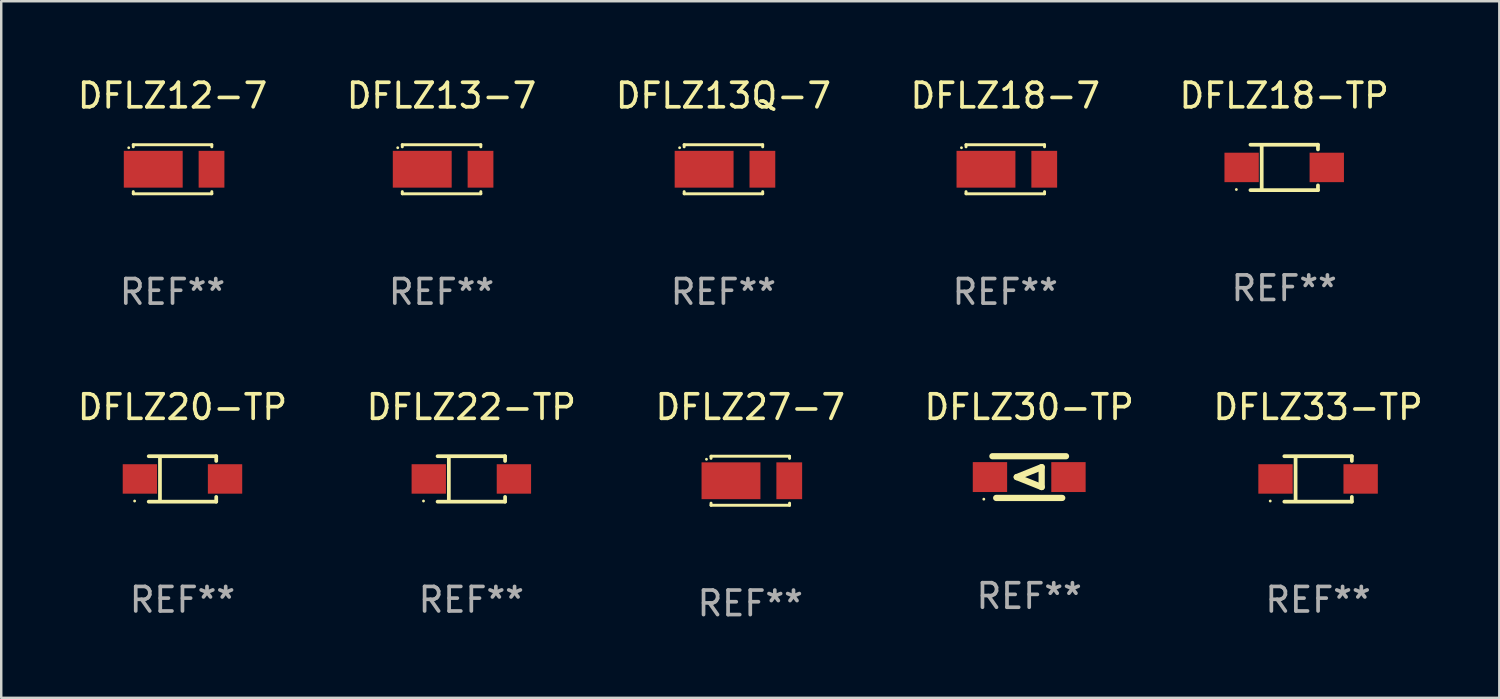
<source format=kicad_pcb>
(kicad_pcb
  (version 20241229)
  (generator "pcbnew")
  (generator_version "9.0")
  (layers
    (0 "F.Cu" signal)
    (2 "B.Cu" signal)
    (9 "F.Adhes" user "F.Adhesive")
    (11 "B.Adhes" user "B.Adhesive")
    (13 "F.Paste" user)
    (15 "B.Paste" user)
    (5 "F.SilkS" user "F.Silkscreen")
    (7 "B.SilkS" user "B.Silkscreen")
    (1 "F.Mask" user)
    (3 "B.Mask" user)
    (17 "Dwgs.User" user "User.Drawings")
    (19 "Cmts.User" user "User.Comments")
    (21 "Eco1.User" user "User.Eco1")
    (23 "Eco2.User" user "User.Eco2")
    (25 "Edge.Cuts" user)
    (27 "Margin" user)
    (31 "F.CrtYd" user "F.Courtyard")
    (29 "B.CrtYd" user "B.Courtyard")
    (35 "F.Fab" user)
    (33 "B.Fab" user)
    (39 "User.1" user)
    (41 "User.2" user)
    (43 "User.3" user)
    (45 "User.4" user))
  (footprint "DFLZ13Q-7"
    (layer "F.Cu")
    (at 26.435 3.848)
    (property "Reference" "DFLZ13Q-7" (at 0 -3 0) (layer "F.SilkS") (effects (font (size 1 1) (thickness 0.15))))
    (attr through_hole)
    (fp_line (start -1.599 -1) (end -1.599 -0.913) (stroke (width 0.12) (type solid)) (layer "F.SilkS"))
    (fp_line (start -1.599 0.913) (end -1.599 1) (stroke (width 0.12) (type solid)) (layer "F.SilkS"))
    (fp_line (start -1.599 1) (end 1.601 1) (stroke (width 0.12) (type solid)) (layer "F.SilkS"))
    (fp_line (start 1.599 -1) (end -1.601 -1) (stroke (width 0.12) (type solid)) (layer "F.SilkS"))
    (fp_line (start 1.601 -1) (end 1.601 -0.913) (stroke (width 0.12) (type solid)) (layer "F.SilkS"))
    (fp_line (start 1.601 0.913) (end 1.601 1) (stroke (width 0.12) (type solid)) (layer "F.SilkS"))
    (fp_circle (center -1.785 -0.876) (end -1.755 -0.876) (stroke (width 0.06) (type solid)) (fill no) (layer "F.SilkS"))
    (fp_text user "REF**" (at 0 5 0) (layer "F.Fab") (effects (font (size 1 1) (thickness 0.15))))
    (pad "1" smd rect (at -0.786 0 180) (size 2.4 1.5) (layers "F.Cu" "F.Mask" "F.Paste"))
    (pad "2" smd rect (at 1.589 0 180) (size 1.05 1.5) (layers "F.Cu" "F.Mask" "F.Paste")))
  (footprint "DFLZ20-TP"
    (layer "F.Cu")
    (at 4.387 16.471)
    (property "Reference" "DFLZ20-TP" (at 0 -2.926 0) (layer "F.SilkS") (effects (font (size 1 1) (thickness 0.15))))
    (attr through_hole)
    (fp_line (start -1.376 -0.926) (end 1.376 -0.926) (stroke (width 0.152) (type solid)) (layer "F.SilkS"))
    (fp_line (start -1.376 0.926) (end 1.376 0.926) (stroke (width 0.152) (type solid)) (layer "F.SilkS"))
    (fp_line (start -0.917 -0.876) (end -0.917 0.876) (stroke (width 0.152) (type solid)) (layer "F.SilkS"))
    (fp_line (start 1.376 -0.926) (end 1.376 -0.733) (stroke (width 0.152) (type solid)) (layer "F.SilkS"))
    (fp_line (start 1.376 0.926) (end 1.376 0.733) (stroke (width 0.152) (type solid)) (layer "F.SilkS"))
    (fp_circle (center -1.95 0.9) (end -1.92 0.9) (stroke (width 0.06) (type solid)) (fill no) (layer "F.SilkS"))
    (fp_text user "REF**" (at 0 4.926 0) (layer "F.Fab") (effects (font (size 1 1) (thickness 0.15))))
    (pad "1" smd rect (at -1.735 0) (size 1.4 1.2) (layers "F.Cu" "F.Mask" "F.Paste"))
    (pad "2" smd rect (at 1.735 0) (size 1.4 1.2) (layers "F.Cu" "F.Mask" "F.Paste")))
  (footprint "DFLZ27-7"
    (layer "F.Cu")
    (at 27.53 16.545)
    (property "Reference" "DFLZ27-7" (at 0 -3 0) (layer "F.SilkS") (effects (font (size 1 1) (thickness 0.15))))
    (attr through_hole)
    (fp_line (start -1.599 -1) (end -1.599 -0.913) (stroke (width 0.12) (type solid)) (layer "F.SilkS"))
    (fp_line (start -1.599 0.913) (end -1.599 1) (stroke (width 0.12) (type solid)) (layer "F.SilkS"))
    (fp_line (start -1.599 1) (end 1.601 1) (stroke (width 0.12) (type solid)) (layer "F.SilkS"))
    (fp_line (start 1.599 -1) (end -1.601 -1) (stroke (width 0.12) (type solid)) (layer "F.SilkS"))
    (fp_line (start 1.601 -1) (end 1.601 -0.913) (stroke (width 0.12) (type solid)) (layer "F.SilkS"))
    (fp_line (start 1.601 0.913) (end 1.601 1) (stroke (width 0.12) (type solid)) (layer "F.SilkS"))
    (fp_circle (center -1.785 -0.876) (end -1.755 -0.876) (stroke (width 0.06) (type solid)) (fill no) (layer "F.SilkS"))
    (fp_text user "REF**" (at 0 5 0) (layer "F.Fab") (effects (font (size 1 1) (thickness 0.15))))
    (pad "1" smd rect (at -0.786 0 180) (size 2.4 1.5) (layers "F.Cu" "F.Mask" "F.Paste"))
    (pad "2" smd rect (at 1.589 0 180) (size 1.05 1.5) (layers "F.Cu" "F.Mask" "F.Paste")))
  (footprint "DFLZ33-TP"
    (layer "F.Cu")
    (at 50.673 16.471)
    (property "Reference" "DFLZ33-TP" (at 0 -2.926 0) (layer "F.SilkS") (effects (font (size 1 1) (thickness 0.15))))
    (attr through_hole)
    (fp_line (start -1.376 -0.926) (end 1.376 -0.926) (stroke (width 0.152) (type solid)) (layer "F.SilkS"))
    (fp_line (start -1.376 0.926) (end 1.376 0.926) (stroke (width 0.152) (type solid)) (layer "F.SilkS"))
    (fp_line (start -0.917 -0.876) (end -0.917 0.876) (stroke (width 0.152) (type solid)) (layer "F.SilkS"))
    (fp_line (start 1.376 -0.926) (end 1.376 -0.733) (stroke (width 0.152) (type solid)) (layer "F.SilkS"))
    (fp_line (start 1.376 0.926) (end 1.376 0.733) (stroke (width 0.152) (type solid)) (layer "F.SilkS"))
    (fp_circle (center -1.95 0.9) (end -1.92 0.9) (stroke (width 0.06) (type solid)) (fill no) (layer "F.SilkS"))
    (fp_text user "REF**" (at 0 4.926 0) (layer "F.Fab") (effects (font (size 1 1) (thickness 0.15))))
    (pad "1" smd rect (at -1.735 0) (size 1.4 1.2) (layers "F.Cu" "F.Mask" "F.Paste"))
    (pad "2" smd rect (at 1.735 0) (size 1.4 1.2) (layers "F.Cu" "F.Mask" "F.Paste")))
  (footprint "DFLZ18-7"
    (layer "F.Cu")
    (at 37.923 3.848)
    (property "Reference" "DFLZ18-7" (at 0 -3 0) (layer "F.SilkS") (effects (font (size 1 1) (thickness 0.15))))
    (attr through_hole)
    (fp_line (start -1.599 -1) (end -1.599 -0.913) (stroke (width 0.12) (type solid)) (layer "F.SilkS"))
    (fp_line (start -1.599 0.913) (end -1.599 1) (stroke (width 0.12) (type solid)) (layer "F.SilkS"))
    (fp_line (start -1.599 1) (end 1.601 1) (stroke (width 0.12) (type solid)) (layer "F.SilkS"))
    (fp_line (start 1.599 -1) (end -1.601 -1) (stroke (width 0.12) (type solid)) (layer "F.SilkS"))
    (fp_line (start 1.601 -1) (end 1.601 -0.913) (stroke (width 0.12) (type solid)) (layer "F.SilkS"))
    (fp_line (start 1.601 0.913) (end 1.601 1) (stroke (width 0.12) (type solid)) (layer "F.SilkS"))
    (fp_circle (center -1.785 -0.876) (end -1.755 -0.876) (stroke (width 0.06) (type solid)) (fill no) (layer "F.SilkS"))
    (fp_text user "REF**" (at 0 5 0) (layer "F.Fab") (effects (font (size 1 1) (thickness 0.15))))
    (pad "1" smd rect (at -0.786 0 180) (size 2.4 1.5) (layers "F.Cu" "F.Mask" "F.Paste"))
    (pad "2" smd rect (at 1.589 0 180) (size 1.05 1.5) (layers "F.Cu" "F.Mask" "F.Paste")))
  (footprint "DFLZ18-TP"
    (layer "F.Cu")
    (at 49.292 3.774)
    (property "Reference" "DFLZ18-TP" (at 0 -2.926 0) (layer "F.SilkS") (effects (font (size 1 1) (thickness 0.15))))
    (attr through_hole)
    (fp_line (start -1.376 -0.926) (end 1.376 -0.926) (stroke (width 0.152) (type solid)) (layer "F.SilkS"))
    (fp_line (start -1.376 0.926) (end 1.376 0.926) (stroke (width 0.152) (type solid)) (layer "F.SilkS"))
    (fp_line (start -0.917 -0.876) (end -0.917 0.876) (stroke (width 0.152) (type solid)) (layer "F.SilkS"))
    (fp_line (start 1.376 -0.926) (end 1.376 -0.733) (stroke (width 0.152) (type solid)) (layer "F.SilkS"))
    (fp_line (start 1.376 0.926) (end 1.376 0.733) (stroke (width 0.152) (type solid)) (layer "F.SilkS"))
    (fp_circle (center -1.95 0.9) (end -1.92 0.9) (stroke (width 0.06) (type solid)) (fill no) (layer "F.SilkS"))
    (fp_text user "REF**" (at 0 4.926 0) (layer "F.Fab") (effects (font (size 1 1) (thickness 0.15))))
    (pad "1" smd rect (at -1.735 0) (size 1.4 1.2) (layers "F.Cu" "F.Mask" "F.Paste"))
    (pad "2" smd rect (at 1.735 0) (size 1.4 1.2) (layers "F.Cu" "F.Mask" "F.Paste")))
  (footprint "DFLZ12-7"
    (layer "F.Cu")
    (at 3.982 3.848)
    (property "Reference" "DFLZ12-7" (at 0 -3 0) (layer "F.SilkS") (effects (font (size 1 1) (thickness 0.15))))
    (attr through_hole)
    (fp_line (start -1.599 -1) (end -1.599 -0.913) (stroke (width 0.12) (type solid)) (layer "F.SilkS"))
    (fp_line (start -1.599 0.913) (end -1.599 1) (stroke (width 0.12) (type solid)) (layer "F.SilkS"))
    (fp_line (start -1.599 1) (end 1.601 1) (stroke (width 0.12) (type solid)) (layer "F.SilkS"))
    (fp_line (start 1.599 -1) (end -1.601 -1) (stroke (width 0.12) (type solid)) (layer "F.SilkS"))
    (fp_line (start 1.601 -1) (end 1.601 -0.913) (stroke (width 0.12) (type solid)) (layer "F.SilkS"))
    (fp_line (start 1.601 0.913) (end 1.601 1) (stroke (width 0.12) (type solid)) (layer "F.SilkS"))
    (fp_circle (center -1.785 -0.876) (end -1.755 -0.876) (stroke (width 0.06) (type solid)) (fill no) (layer "F.SilkS"))
    (fp_text user "REF**" (at 0 5 0) (layer "F.Fab") (effects (font (size 1 1) (thickness 0.15))))
    (pad "1" smd rect (at -0.786 0 180) (size 2.4 1.5) (layers "F.Cu" "F.Mask" "F.Paste"))
    (pad "2" smd rect (at 1.589 0 180) (size 1.05 1.5) (layers "F.Cu" "F.Mask" "F.Paste")))
  (footprint "DFLZ30-TP"
    (layer "F.Cu")
    (at 38.899 16.395)
    (property "Reference" "DFLZ30-TP" (at 0 -2.85 0) (layer "F.SilkS") (effects (font (size 1 1) (thickness 0.15))))
    (attr through_hole)
    (fp_line (start -1.346 0.85) (end 1.346 0.85) (stroke (width 0.254) (type solid)) (layer "F.SilkS"))
    (fp_line (start -0.508 0) (end 0.508 -0.406) (stroke (width 0.254) (type solid)) (layer "F.SilkS"))
    (fp_line (start 0.508 -0.406) (end 0.508 0.406) (stroke (width 0.254) (type solid)) (layer "F.SilkS"))
    (fp_line (start 0.508 0.406) (end -0.508 0) (stroke (width 0.254) (type solid)) (layer "F.SilkS"))
    (fp_line (start 1.5 -0.85) (end -1.5 -0.85) (stroke (width 0.254) (type solid)) (layer "F.SilkS"))
    (fp_circle (center -1.85 0.9) (end -1.82 0.9) (stroke (width 0.06) (type solid)) (fill no) (layer "F.SilkS"))
    (fp_text user "REF**" (at 0 4.85 0) (layer "F.Fab") (effects (font (size 1 1) (thickness 0.15))))
    (pad "1" smd rect (at -1.6 0) (size 1.4 1.219) (layers "F.Cu" "F.Mask" "F.Paste"))
    (pad "2" smd rect (at 1.6 0) (size 1.4 1.219) (layers "F.Cu" "F.Mask" "F.Paste")))
  (footprint "DFLZ13-7"
    (layer "F.Cu")
    (at 14.946 3.848)
    (property "Reference" "DFLZ13-7" (at 0 -3 0) (layer "F.SilkS") (effects (font (size 1 1) (thickness 0.15))))
    (attr through_hole)
    (fp_line (start -1.599 -1) (end -1.599 -0.913) (stroke (width 0.12) (type solid)) (layer "F.SilkS"))
    (fp_line (start -1.599 0.913) (end -1.599 1) (stroke (width 0.12) (type solid)) (layer "F.SilkS"))
    (fp_line (start -1.599 1) (end 1.601 1) (stroke (width 0.12) (type solid)) (layer "F.SilkS"))
    (fp_line (start 1.599 -1) (end -1.601 -1) (stroke (width 0.12) (type solid)) (layer "F.SilkS"))
    (fp_line (start 1.601 -1) (end 1.601 -0.913) (stroke (width 0.12) (type solid)) (layer "F.SilkS"))
    (fp_line (start 1.601 0.913) (end 1.601 1) (stroke (width 0.12) (type solid)) (layer "F.SilkS"))
    (fp_circle (center -1.785 -0.876) (end -1.755 -0.876) (stroke (width 0.06) (type solid)) (fill no) (layer "F.SilkS"))
    (fp_text user "REF**" (at 0 5 0) (layer "F.Fab") (effects (font (size 1 1) (thickness 0.15))))
    (pad "1" smd rect (at -0.786 0 180) (size 2.4 1.5) (layers "F.Cu" "F.Mask" "F.Paste"))
    (pad "2" smd rect (at 1.589 0 180) (size 1.05 1.5) (layers "F.Cu" "F.Mask" "F.Paste")))
  (footprint "DFLZ22-TP"
    (layer "F.Cu")
    (at 16.161 16.471)
    (property "Reference" "DFLZ22-TP" (at 0 -2.926 0) (layer "F.SilkS") (effects (font (size 1 1) (thickness 0.15))))
    (attr through_hole)
    (fp_line (start -1.376 -0.926) (end 1.376 -0.926) (stroke (width 0.152) (type solid)) (layer "F.SilkS"))
    (fp_line (start -1.376 0.926) (end 1.376 0.926) (stroke (width 0.152) (type solid)) (layer "F.SilkS"))
    (fp_line (start -0.917 -0.876) (end -0.917 0.876) (stroke (width 0.152) (type solid)) (layer "F.SilkS"))
    (fp_line (start 1.376 -0.926) (end 1.376 -0.733) (stroke (width 0.152) (type solid)) (layer "F.SilkS"))
    (fp_line (start 1.376 0.926) (end 1.376 0.733) (stroke (width 0.152) (type solid)) (layer "F.SilkS"))
    (fp_circle (center -1.95 0.9) (end -1.92 0.9) (stroke (width 0.06) (type solid)) (fill no) (layer "F.SilkS"))
    (fp_text user "REF**" (at 0 4.926 0) (layer "F.Fab") (effects (font (size 1 1) (thickness 0.15))))
    (pad "1" smd rect (at -1.735 0) (size 1.4 1.2) (layers "F.Cu" "F.Mask" "F.Paste"))
    (pad "2" smd rect (at 1.735 0) (size 1.4 1.2) (layers "F.Cu" "F.Mask" "F.Paste")))
  (gr_rect
    (start -3 -3)
    (end 58.06 25.393)
    (stroke (width 0.1) (type default))
    (fill no)
    (layer "Edge.Cuts")))
</source>
